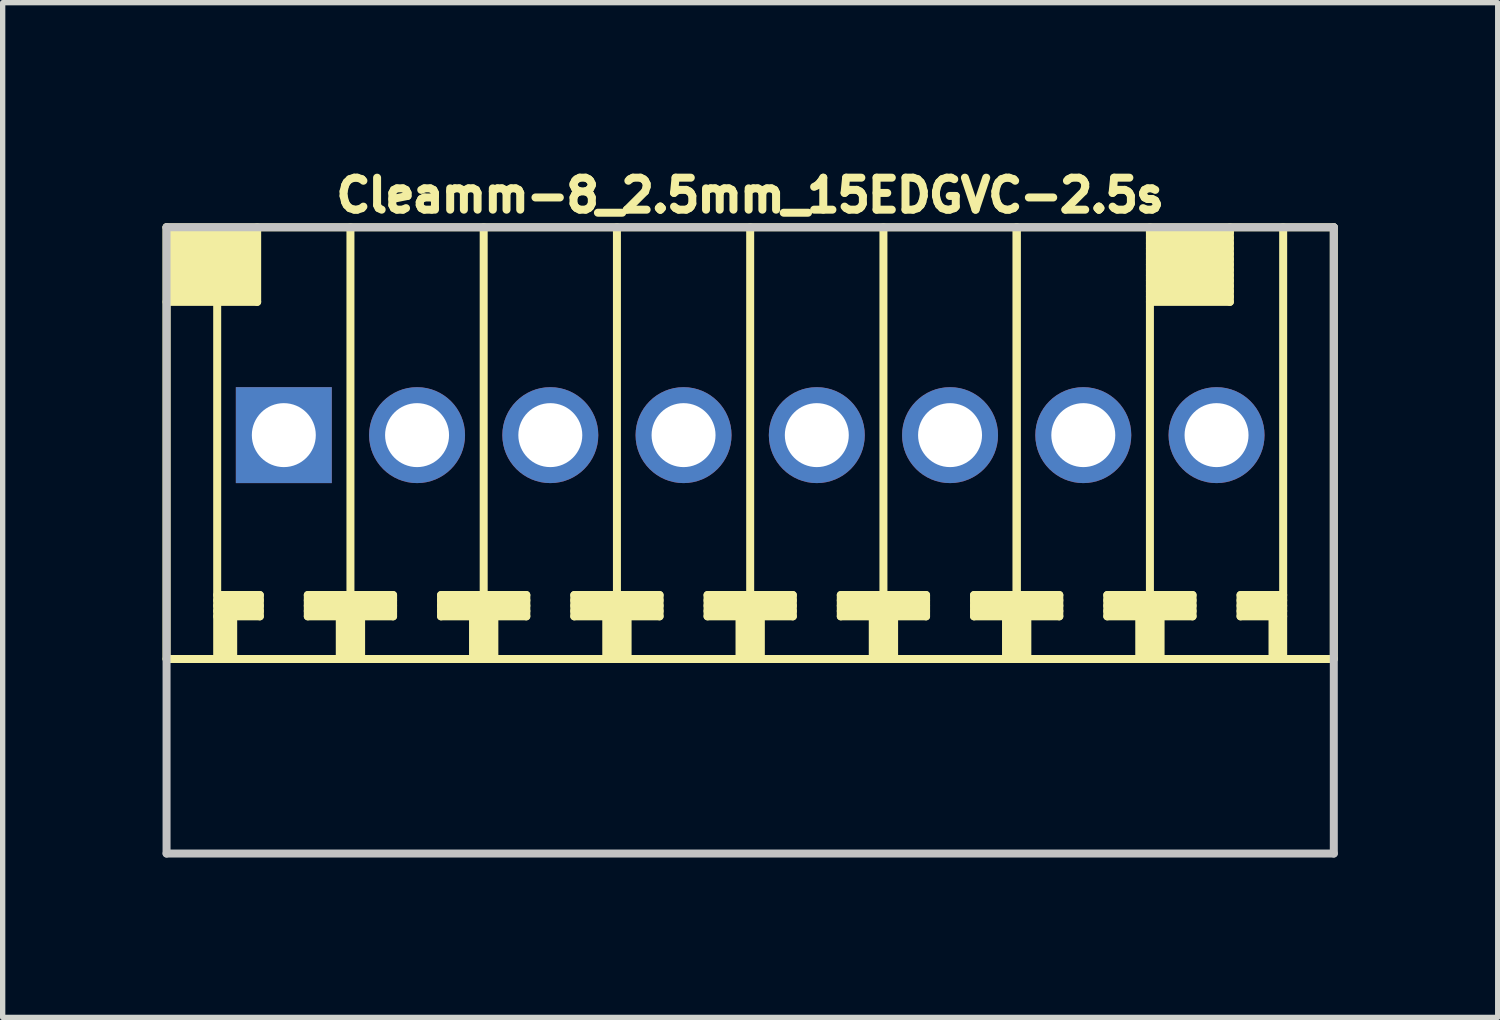
<source format=kicad_pcb>
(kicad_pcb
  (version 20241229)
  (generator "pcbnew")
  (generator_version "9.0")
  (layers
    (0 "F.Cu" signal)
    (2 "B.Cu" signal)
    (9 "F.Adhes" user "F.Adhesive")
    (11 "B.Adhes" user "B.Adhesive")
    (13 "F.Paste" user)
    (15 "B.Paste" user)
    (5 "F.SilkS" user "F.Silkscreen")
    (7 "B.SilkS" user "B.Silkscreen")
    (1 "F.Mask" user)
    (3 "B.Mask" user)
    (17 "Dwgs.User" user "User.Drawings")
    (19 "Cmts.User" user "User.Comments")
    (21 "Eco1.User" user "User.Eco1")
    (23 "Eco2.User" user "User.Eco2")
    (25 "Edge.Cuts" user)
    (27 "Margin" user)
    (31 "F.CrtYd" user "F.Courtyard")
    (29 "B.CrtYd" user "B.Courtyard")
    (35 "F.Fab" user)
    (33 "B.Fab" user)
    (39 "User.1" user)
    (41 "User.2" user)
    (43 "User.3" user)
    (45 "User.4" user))
  (footprint "Cleamm-8_2.5mm_15EDGVC-2.5s"
    (layer "F.Cu")
    (at 11.025 5.114)
    (property "Reference" "Cleamm-8_2.5mm_15EDGVC-2.5s" (at 0 -4.5 0) (layer "F.SilkS") (effects (font (size 0.6 0.6) (thickness 0.15))))
    (attr through_hole)
    (fp_line (start -10.95 -3.9) (end -10.95 4.2) (stroke (width 0.15) (type solid)) (layer "F.SilkS"))
    (fp_line (start -10.95 -2.5) (end -9.25 -2.5) (stroke (width 0.15) (type solid)) (layer "F.SilkS"))
    (fp_line (start -10.9 -3.7) (end -9.3 -3.7) (stroke (width 0.15) (type solid)) (layer "F.SilkS"))
    (fp_line (start -10.9 -3.5) (end -9.3 -3.5) (stroke (width 0.15) (type solid)) (layer "F.SilkS"))
    (fp_line (start -10.9 -3.3) (end -9.3 -3.3) (stroke (width 0.15) (type solid)) (layer "F.SilkS"))
    (fp_line (start -10.9 -3.1) (end -9.3 -3.1) (stroke (width 0.15) (type solid)) (layer "F.SilkS"))
    (fp_line (start -10.9 -2.9) (end -9.3 -2.9) (stroke (width 0.15) (type solid)) (layer "F.SilkS"))
    (fp_line (start -10.9 -2.7) (end -9.3 -2.7) (stroke (width 0.15) (type solid)) (layer "F.SilkS"))
    (fp_line (start -10 -2.5) (end -10 4.2) (stroke (width 0.15) (type solid)) (layer "F.SilkS"))
    (fp_line (start -10 3.2) (end -9.2 3.2) (stroke (width 0.15) (type solid)) (layer "F.SilkS"))
    (fp_line (start -10 3.3) (end -9.2 3.3) (stroke (width 0.15) (type solid)) (layer "F.SilkS"))
    (fp_line (start -10 3.4) (end -9.2 3.4) (stroke (width 0.15) (type solid)) (layer "F.SilkS"))
    (fp_line (start -9.9 4.2) (end -9.9 3.4) (stroke (width 0.15) (type solid)) (layer "F.SilkS"))
    (fp_line (start -9.8 3.4) (end -9.8 4.2) (stroke (width 0.15) (type solid)) (layer "F.SilkS"))
    (fp_line (start -9.7 4.2) (end -9.7 3.4) (stroke (width 0.15) (type solid)) (layer "F.SilkS"))
    (fp_line (start -9.3 -3.8) (end -10.9 -3.8) (stroke (width 0.15) (type solid)) (layer "F.SilkS"))
    (fp_line (start -9.3 -3.6) (end -10.9 -3.6) (stroke (width 0.15) (type solid)) (layer "F.SilkS"))
    (fp_line (start -9.3 -3.4) (end -10.9 -3.4) (stroke (width 0.15) (type solid)) (layer "F.SilkS"))
    (fp_line (start -9.3 -3.2) (end -10.9 -3.2) (stroke (width 0.15) (type solid)) (layer "F.SilkS"))
    (fp_line (start -9.3 -3) (end -10.9 -3) (stroke (width 0.15) (type solid)) (layer "F.SilkS"))
    (fp_line (start -9.3 -2.8) (end -10.9 -2.8) (stroke (width 0.15) (type solid)) (layer "F.SilkS"))
    (fp_line (start -9.3 -2.6) (end -10.9 -2.6) (stroke (width 0.15) (type solid)) (layer "F.SilkS"))
    (fp_line (start -9.25 -2.5) (end -9.25 -3.9) (stroke (width 0.15) (type solid)) (layer "F.SilkS"))
    (fp_line (start -9.2 3) (end -10 3) (stroke (width 0.15) (type solid)) (layer "F.SilkS"))
    (fp_line (start -9.2 3.1) (end -10 3.1) (stroke (width 0.15) (type solid)) (layer "F.SilkS"))
    (fp_line (start -9.2 3.4) (end -9.2 3) (stroke (width 0.15) (type solid)) (layer "F.SilkS"))
    (fp_line (start -8.3 3) (end -8.3 3.4) (stroke (width 0.15) (type solid)) (layer "F.SilkS"))
    (fp_line (start -8.3 3.2) (end -6.7 3.2) (stroke (width 0.15) (type solid)) (layer "F.SilkS"))
    (fp_line (start -8.3 3.4) (end -7.7 3.4) (stroke (width 0.15) (type solid)) (layer "F.SilkS"))
    (fp_line (start -7.7 4.2) (end -7.7 3.4) (stroke (width 0.15) (type solid)) (layer "F.SilkS"))
    (fp_line (start -7.6 4.2) (end -7.6 3.4) (stroke (width 0.15) (type solid)) (layer "F.SilkS"))
    (fp_line (start -7.5 4.2) (end -7.5 -3.9) (stroke (width 0.15) (type solid)) (layer "F.SilkS"))
    (fp_line (start -7.4 4.2) (end -7.4 3.4) (stroke (width 0.15) (type solid)) (layer "F.SilkS"))
    (fp_line (start -7.3 3.4) (end -6.7 3.4) (stroke (width 0.15) (type solid)) (layer "F.SilkS"))
    (fp_line (start -7.3 4.2) (end -7.3 3.4) (stroke (width 0.15) (type solid)) (layer "F.SilkS"))
    (fp_line (start -6.7 3) (end -8.3 3) (stroke (width 0.15) (type solid)) (layer "F.SilkS"))
    (fp_line (start -6.7 3.1) (end -8.3 3.1) (stroke (width 0.15) (type solid)) (layer "F.SilkS"))
    (fp_line (start -6.7 3.3) (end -8.3 3.3) (stroke (width 0.15) (type solid)) (layer "F.SilkS"))
    (fp_line (start -6.7 3.4) (end -6.7 3) (stroke (width 0.15) (type solid)) (layer "F.SilkS"))
    (fp_line (start -5.8 3) (end -5.8 3.4) (stroke (width 0.15) (type solid)) (layer "F.SilkS"))
    (fp_line (start -5.8 3.2) (end -4.2 3.2) (stroke (width 0.15) (type solid)) (layer "F.SilkS"))
    (fp_line (start -5.8 3.4) (end -5.2 3.4) (stroke (width 0.15) (type solid)) (layer "F.SilkS"))
    (fp_line (start -5.2 4.2) (end -5.2 3.4) (stroke (width 0.15) (type solid)) (layer "F.SilkS"))
    (fp_line (start -5.1 4.2) (end -5.1 3.4) (stroke (width 0.15) (type solid)) (layer "F.SilkS"))
    (fp_line (start -5 -3.9) (end -5 4.2) (stroke (width 0.15) (type solid)) (layer "F.SilkS"))
    (fp_line (start -4.9 4.2) (end -4.9 3.4) (stroke (width 0.15) (type solid)) (layer "F.SilkS"))
    (fp_line (start -4.8 3.4) (end -4.2 3.4) (stroke (width 0.15) (type solid)) (layer "F.SilkS"))
    (fp_line (start -4.8 4.2) (end -4.8 3.4) (stroke (width 0.15) (type solid)) (layer "F.SilkS"))
    (fp_line (start -4.2 3) (end -5.8 3) (stroke (width 0.15) (type solid)) (layer "F.SilkS"))
    (fp_line (start -4.2 3.1) (end -5.8 3.1) (stroke (width 0.15) (type solid)) (layer "F.SilkS"))
    (fp_line (start -4.2 3.3) (end -5.8 3.3) (stroke (width 0.15) (type solid)) (layer "F.SilkS"))
    (fp_line (start -4.2 3.4) (end -4.2 3) (stroke (width 0.15) (type solid)) (layer "F.SilkS"))
    (fp_line (start -3.3 3) (end -3.3 3.4) (stroke (width 0.15) (type solid)) (layer "F.SilkS"))
    (fp_line (start -3.3 3.2) (end -1.7 3.2) (stroke (width 0.15) (type solid)) (layer "F.SilkS"))
    (fp_line (start -3.3 3.4) (end -2.7 3.4) (stroke (width 0.15) (type solid)) (layer "F.SilkS"))
    (fp_line (start -2.7 4.2) (end -2.7 3.4) (stroke (width 0.15) (type solid)) (layer "F.SilkS"))
    (fp_line (start -2.6 4.2) (end -2.6 3.4) (stroke (width 0.15) (type solid)) (layer "F.SilkS"))
    (fp_line (start -2.5 -3.9) (end -2.5 4.2) (stroke (width 0.15) (type solid)) (layer "F.SilkS"))
    (fp_line (start -2.4 4.2) (end -2.4 3.4) (stroke (width 0.15) (type solid)) (layer "F.SilkS"))
    (fp_line (start -2.3 3.4) (end -1.7 3.4) (stroke (width 0.15) (type solid)) (layer "F.SilkS"))
    (fp_line (start -2.3 4.2) (end -2.3 3.4) (stroke (width 0.15) (type solid)) (layer "F.SilkS"))
    (fp_line (start -1.7 3) (end -3.3 3) (stroke (width 0.15) (type solid)) (layer "F.SilkS"))
    (fp_line (start -1.7 3.1) (end -3.3 3.1) (stroke (width 0.15) (type solid)) (layer "F.SilkS"))
    (fp_line (start -1.7 3.3) (end -3.3 3.3) (stroke (width 0.15) (type solid)) (layer "F.SilkS"))
    (fp_line (start -1.7 3.4) (end -1.7 3) (stroke (width 0.15) (type solid)) (layer "F.SilkS"))
    (fp_line (start -0.8 3) (end -0.8 3.4) (stroke (width 0.15) (type solid)) (layer "F.SilkS"))
    (fp_line (start -0.8 3.2) (end 0.8 3.2) (stroke (width 0.15) (type solid)) (layer "F.SilkS"))
    (fp_line (start -0.8 3.4) (end -0.2 3.4) (stroke (width 0.15) (type solid)) (layer "F.SilkS"))
    (fp_line (start -0.2 4.2) (end -0.2 3.4) (stroke (width 0.15) (type solid)) (layer "F.SilkS"))
    (fp_line (start -0.1 4.2) (end -0.1 3.4) (stroke (width 0.15) (type solid)) (layer "F.SilkS"))
    (fp_line (start 0 4.2) (end 0 -3.9) (stroke (width 0.15) (type solid)) (layer "F.SilkS"))
    (fp_line (start 0.1 4.2) (end 0.1 3.4) (stroke (width 0.15) (type solid)) (layer "F.SilkS"))
    (fp_line (start 0.2 3.4) (end 0.8 3.4) (stroke (width 0.15) (type solid)) (layer "F.SilkS"))
    (fp_line (start 0.2 4.2) (end 0.2 3.4) (stroke (width 0.15) (type solid)) (layer "F.SilkS"))
    (fp_line (start 0.8 3) (end -0.8 3) (stroke (width 0.15) (type solid)) (layer "F.SilkS"))
    (fp_line (start 0.8 3.1) (end -0.8 3.1) (stroke (width 0.15) (type solid)) (layer "F.SilkS"))
    (fp_line (start 0.8 3.3) (end -0.8 3.3) (stroke (width 0.15) (type solid)) (layer "F.SilkS"))
    (fp_line (start 0.8 3.4) (end 0.8 3) (stroke (width 0.15) (type solid)) (layer "F.SilkS"))
    (fp_line (start 1.7 3) (end 1.7 3.4) (stroke (width 0.15) (type solid)) (layer "F.SilkS"))
    (fp_line (start 1.7 3.2) (end 3.3 3.2) (stroke (width 0.15) (type solid)) (layer "F.SilkS"))
    (fp_line (start 1.7 3.4) (end 2.3 3.4) (stroke (width 0.15) (type solid)) (layer "F.SilkS"))
    (fp_line (start 2.3 4.2) (end 2.3 3.4) (stroke (width 0.15) (type solid)) (layer "F.SilkS"))
    (fp_line (start 2.4 4.2) (end 2.4 3.4) (stroke (width 0.15) (type solid)) (layer "F.SilkS"))
    (fp_line (start 2.5 4.2) (end 2.5 -3.9) (stroke (width 0.15) (type solid)) (layer "F.SilkS"))
    (fp_line (start 2.6 4.2) (end 2.6 3.4) (stroke (width 0.15) (type solid)) (layer "F.SilkS"))
    (fp_line (start 2.7 3.4) (end 3.3 3.4) (stroke (width 0.15) (type solid)) (layer "F.SilkS"))
    (fp_line (start 2.7 4.2) (end 2.7 3.4) (stroke (width 0.15) (type solid)) (layer "F.SilkS"))
    (fp_line (start 3.3 3) (end 1.7 3) (stroke (width 0.15) (type solid)) (layer "F.SilkS"))
    (fp_line (start 3.3 3.1) (end 1.7 3.1) (stroke (width 0.15) (type solid)) (layer "F.SilkS"))
    (fp_line (start 3.3 3.3) (end 1.7 3.3) (stroke (width 0.15) (type solid)) (layer "F.SilkS"))
    (fp_line (start 3.3 3.4) (end 3.3 3) (stroke (width 0.15) (type solid)) (layer "F.SilkS"))
    (fp_line (start 4.2 3) (end 4.2 3.4) (stroke (width 0.15) (type solid)) (layer "F.SilkS"))
    (fp_line (start 4.2 3.2) (end 5.8 3.2) (stroke (width 0.15) (type solid)) (layer "F.SilkS"))
    (fp_line (start 4.2 3.4) (end 4.8 3.4) (stroke (width 0.15) (type solid)) (layer "F.SilkS"))
    (fp_line (start 4.8 4.2) (end 4.8 3.4) (stroke (width 0.15) (type solid)) (layer "F.SilkS"))
    (fp_line (start 4.9 4.2) (end 4.9 3.4) (stroke (width 0.15) (type solid)) (layer "F.SilkS"))
    (fp_line (start 5 4.2) (end 5 -3.9) (stroke (width 0.15) (type solid)) (layer "F.SilkS"))
    (fp_line (start 5 4.2) (end 5 -3.9) (stroke (width 0.15) (type solid)) (layer "F.SilkS"))
    (fp_line (start 5.1 4.2) (end 5.1 3.4) (stroke (width 0.15) (type solid)) (layer "F.SilkS"))
    (fp_line (start 5.2 3.4) (end 5.8 3.4) (stroke (width 0.15) (type solid)) (layer "F.SilkS"))
    (fp_line (start 5.2 4.2) (end 5.2 3.4) (stroke (width 0.15) (type solid)) (layer "F.SilkS"))
    (fp_line (start 5.8 3) (end 4.2 3) (stroke (width 0.15) (type solid)) (layer "F.SilkS"))
    (fp_line (start 5.8 3.1) (end 4.2 3.1) (stroke (width 0.15) (type solid)) (layer "F.SilkS"))
    (fp_line (start 5.8 3.3) (end 4.2 3.3) (stroke (width 0.15) (type solid)) (layer "F.SilkS"))
    (fp_line (start 5.8 3.4) (end 5.8 3) (stroke (width 0.15) (type solid)) (layer "F.SilkS"))
    (fp_line (start 6.7 3) (end 6.7 3.4) (stroke (width 0.15) (type solid)) (layer "F.SilkS"))
    (fp_line (start 6.7 3.2) (end 8.3 3.2) (stroke (width 0.15) (type solid)) (layer "F.SilkS"))
    (fp_line (start 6.7 3.4) (end 7.3 3.4) (stroke (width 0.15) (type solid)) (layer "F.SilkS"))
    (fp_line (start 7.3 4.2) (end 7.3 3.4) (stroke (width 0.15) (type solid)) (layer "F.SilkS"))
    (fp_line (start 7.4 4.2) (end 7.4 3.4) (stroke (width 0.15) (type solid)) (layer "F.SilkS"))
    (fp_line (start 7.5 -3.7) (end 9 -3.7) (stroke (width 0.15) (type solid)) (layer "F.SilkS"))
    (fp_line (start 7.5 -3.6) (end 9 -3.6) (stroke (width 0.15) (type solid)) (layer "F.SilkS"))
    (fp_line (start 7.5 -3.3) (end 9 -3.3) (stroke (width 0.15) (type solid)) (layer "F.SilkS"))
    (fp_line (start 7.5 -3.1) (end 9 -3.1) (stroke (width 0.15) (type solid)) (layer "F.SilkS"))
    (fp_line (start 7.5 -3) (end 9 -3) (stroke (width 0.15) (type solid)) (layer "F.SilkS"))
    (fp_line (start 7.5 -2.8) (end 9 -2.8) (stroke (width 0.15) (type solid)) (layer "F.SilkS"))
    (fp_line (start 7.5 -2.6) (end 9 -2.6) (stroke (width 0.15) (type solid)) (layer "F.SilkS"))
    (fp_line (start 7.5 4.2) (end 7.5 -3.9) (stroke (width 0.15) (type solid)) (layer "F.SilkS"))
    (fp_line (start 7.6 4.2) (end 7.6 3.4) (stroke (width 0.15) (type solid)) (layer "F.SilkS"))
    (fp_line (start 7.7 3.4) (end 8.3 3.4) (stroke (width 0.15) (type solid)) (layer "F.SilkS"))
    (fp_line (start 7.7 4.2) (end 7.7 3.4) (stroke (width 0.15) (type solid)) (layer "F.SilkS"))
    (fp_line (start 8.3 3) (end 6.7 3) (stroke (width 0.15) (type solid)) (layer "F.SilkS"))
    (fp_line (start 8.3 3.1) (end 6.7 3.1) (stroke (width 0.15) (type solid)) (layer "F.SilkS"))
    (fp_line (start 8.3 3.3) (end 6.7 3.3) (stroke (width 0.15) (type solid)) (layer "F.SilkS"))
    (fp_line (start 8.3 3.4) (end 8.3 3) (stroke (width 0.15) (type solid)) (layer "F.SilkS"))
    (fp_line (start 9 -3.8) (end 7.5 -3.8) (stroke (width 0.15) (type solid)) (layer "F.SilkS"))
    (fp_line (start 9 -3.5) (end 7.5 -3.5) (stroke (width 0.15) (type solid)) (layer "F.SilkS"))
    (fp_line (start 9 -3.4) (end 7.5 -3.4) (stroke (width 0.15) (type solid)) (layer "F.SilkS"))
    (fp_line (start 9 -3.2) (end 7.5 -3.2) (stroke (width 0.15) (type solid)) (layer "F.SilkS"))
    (fp_line (start 9 -2.9) (end 7.5 -2.9) (stroke (width 0.15) (type solid)) (layer "F.SilkS"))
    (fp_line (start 9 -2.7) (end 7.5 -2.7) (stroke (width 0.15) (type solid)) (layer "F.SilkS"))
    (fp_line (start 9 -2.5) (end 7.5 -2.5) (stroke (width 0.15) (type solid)) (layer "F.SilkS"))
    (fp_line (start 9 -2.5) (end 9 -3.9) (stroke (width 0.15) (type solid)) (layer "F.SilkS"))
    (fp_line (start 9.2 3) (end 10 3) (stroke (width 0.15) (type solid)) (layer "F.SilkS"))
    (fp_line (start 9.2 3.1) (end 10 3.1) (stroke (width 0.15) (type solid)) (layer "F.SilkS"))
    (fp_line (start 9.2 3.4) (end 9.2 3) (stroke (width 0.15) (type solid)) (layer "F.SilkS"))
    (fp_line (start 9.8 4.2) (end 9.8 3.4) (stroke (width 0.15) (type solid)) (layer "F.SilkS"))
    (fp_line (start 9.9 4.2) (end 9.9 3.4) (stroke (width 0.15) (type solid)) (layer "F.SilkS"))
    (fp_line (start 10 3.2) (end 9.2 3.2) (stroke (width 0.15) (type solid)) (layer "F.SilkS"))
    (fp_line (start 10 3.3) (end 9.2 3.3) (stroke (width 0.15) (type solid)) (layer "F.SilkS"))
    (fp_line (start 10 3.4) (end 9.2 3.4) (stroke (width 0.15) (type solid)) (layer "F.SilkS"))
    (fp_line (start 10 4.2) (end 10 -3.9) (stroke (width 0.15) (type solid)) (layer "F.SilkS"))
    (fp_line (start 10.95 -3.9) (end -10.95 -3.9) (stroke (width 0.15) (type solid)) (layer "F.SilkS"))
    (fp_line (start 10.95 -3.9) (end 10.95 4.2) (stroke (width 0.15) (type solid)) (layer "F.SilkS"))
    (fp_line (start 10.95 4.2) (end -10.95 4.2) (stroke (width 0.15) (type solid)) (layer "F.SilkS"))
    (fp_line (start -10.95 -3.9) (end -10.95 7.85) (stroke (width 0.15) (type solid)) (layer "Dwgs.User"))
    (fp_line (start -10.95 -3.9) (end 10.95 -3.9) (stroke (width 0.15) (type solid)) (layer "Dwgs.User"))
    (fp_line (start 10.95 7.85) (end -10.95 7.85) (stroke (width 0.15) (type solid)) (layer "Dwgs.User"))
    (fp_line (start 10.95 7.85) (end 10.95 -3.9) (stroke (width 0.15) (type solid)) (layer "Dwgs.User"))
    (pad "1" thru_hole rect (at -8.75 0) (size 1.8 1.8) (drill 1.2) (layers "*.Cu" "*.Mask"))
    (pad "2" thru_hole circle (at -6.25 0) (size 1.8 1.8) (drill 1.2) (layers "*.Cu" "*.Mask"))
    (pad "3" thru_hole circle (at -3.75 0) (size 1.8 1.8) (drill 1.2) (layers "*.Cu" "*.Mask"))
    (pad "4" thru_hole circle (at -1.25 0) (size 1.8 1.8) (drill 1.2) (layers "*.Cu" "*.Mask"))
    (pad "5" thru_hole circle (at 1.25 0) (size 1.8 1.8) (drill 1.2) (layers "*.Cu" "*.Mask"))
    (pad "6" thru_hole circle (at 3.75 0) (size 1.8 1.8) (drill 1.2) (layers "*.Cu" "*.Mask"))
    (pad "7" thru_hole circle (at 6.25 0) (size 1.8 1.8) (drill 1.2) (layers "*.Cu" "*.Mask"))
    (pad "8" thru_hole circle (at 8.75 0) (size 1.8 1.8) (drill 1.2) (layers "*.Cu" "*.Mask")))
  (gr_rect
    (start -3 -3)
    (end 25.05 16.039)
    (stroke (width 0.1) (type default))
    (fill no)
    (layer "Edge.Cuts")))
</source>
